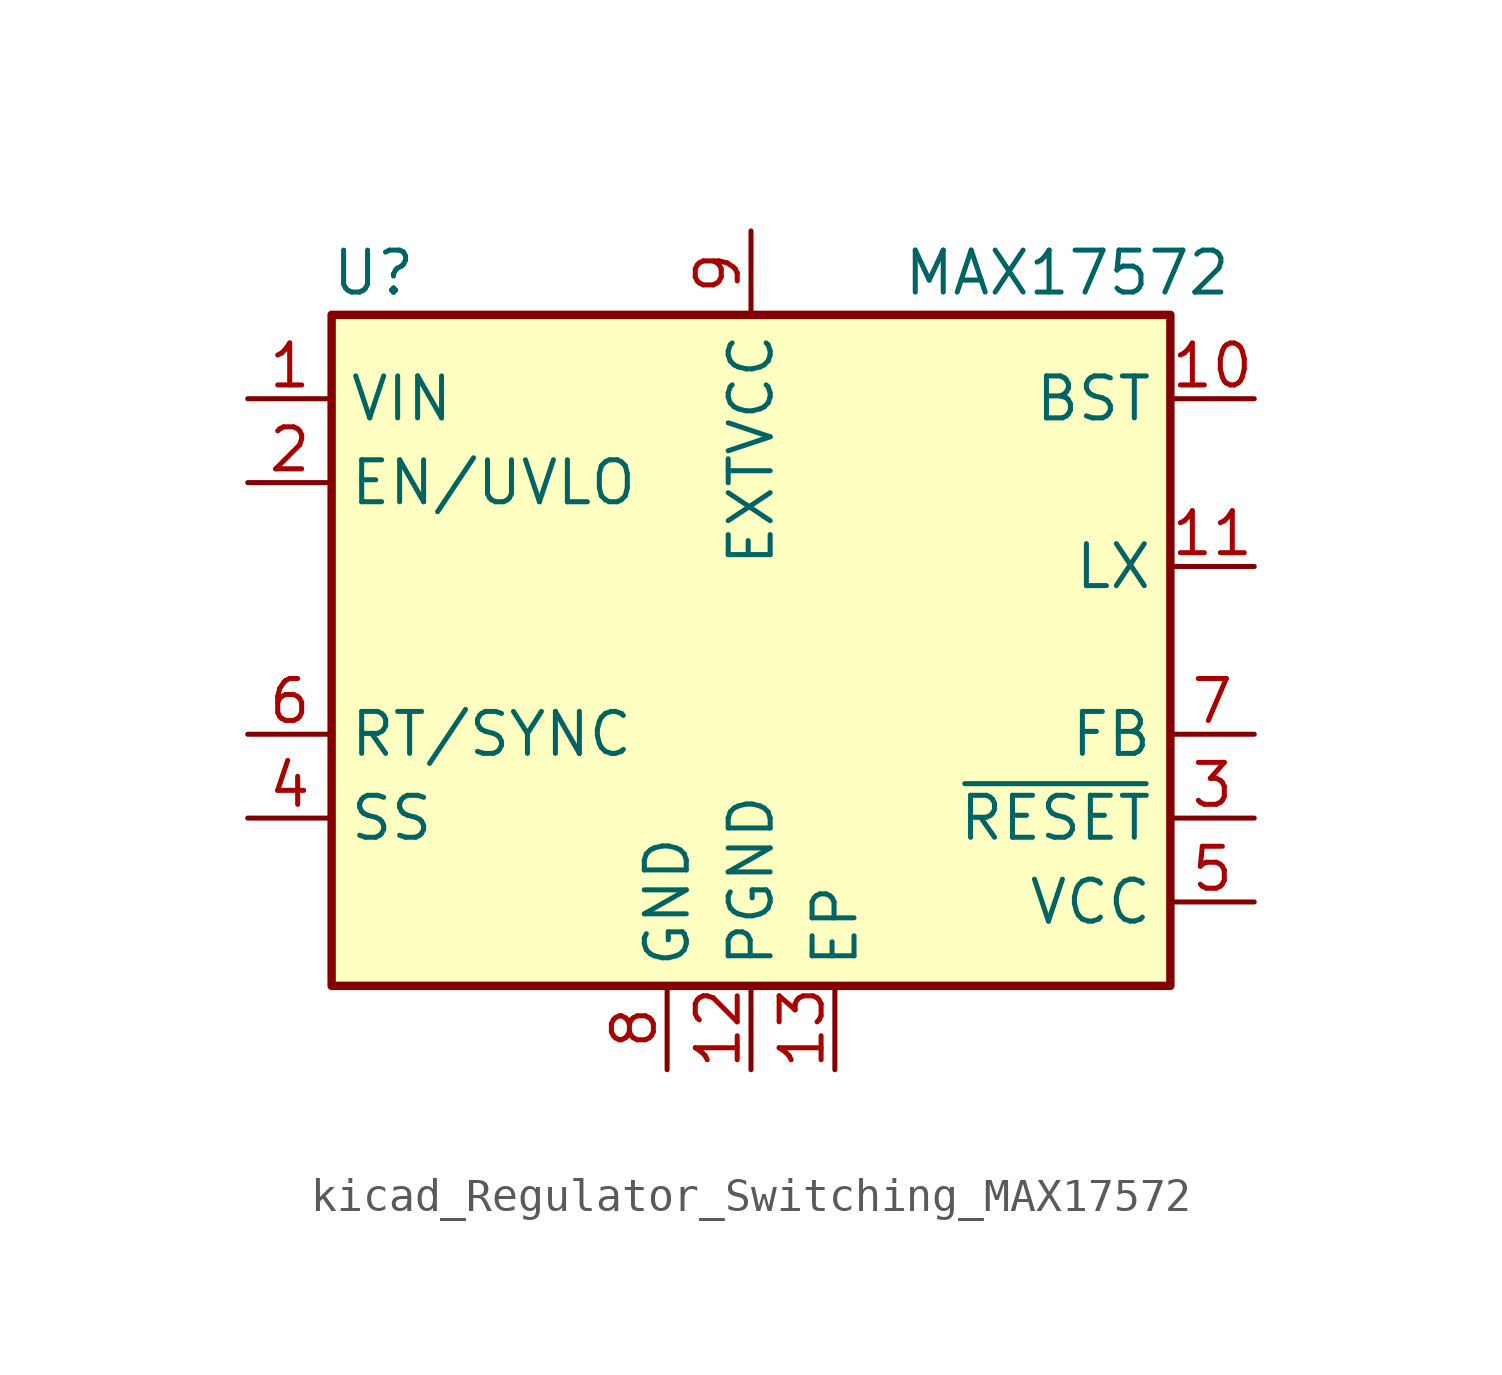
<source format=kicad_sym>
(kicad_symbol_lib
  (version 20220914)
  (generator kicad_symbol_editor)
  (symbol "kicad_Regulator_Switching_MAX17572"
    (property "Reference" "U"
      (at -11.43 11.43 0)
      (effects (font (size 1.27 1.27))))
    (property "Value" "MAX17572"
      (at 4.572 11.43 0)
      (effects (font (size 1.27 1.27)) (justify left)))
    (symbol "kicad_Regulator_Switching_MAX17572_0_1"
      (rectangle (start -12.7 10.16) (end 12.7 -10.16) (stroke (width 0.254) (type default)) (fill (type background))))
    (symbol "kicad_Regulator_Switching_MAX17572_1_1"
      (pin power_in line (at -15.24 7.62 0) (length 2.54) (name "VIN" (effects (font (size 1.27 1.27)))) (number "1" (effects (font (size 1.27 1.27)))))
      (pin passive line (at 15.24 7.62 180) (length 2.54) (name "BST" (effects (font (size 1.27 1.27)))) (number "10" (effects (font (size 1.27 1.27)))))
      (pin power_out line (at 15.24 2.54 180) (length 2.54) (name "LX" (effects (font (size 1.27 1.27)))) (number "11" (effects (font (size 1.27 1.27)))))
      (pin power_in line (at 0 -12.7 90) (length 2.54) (name "PGND" (effects (font (size 1.27 1.27)))) (number "12" (effects (font (size 1.27 1.27)))))
      (pin power_in line (at 2.54 -12.7 90) (length 2.54) (name "EP" (effects (font (size 1.27 1.27)))) (number "13" (effects (font (size 1.27 1.27)))))
      (pin input line (at -15.24 5.08 0) (length 2.54) (name "EN/UVLO" (effects (font (size 1.27 1.27)))) (number "2" (effects (font (size 1.27 1.27)))))
      (pin open_collector line (at 15.24 -5.08 180) (length 2.54) (name "~{RESET}" (effects (font (size 1.27 1.27)))) (number "3" (effects (font (size 1.27 1.27)))))
      (pin passive line (at -15.24 -5.08 0) (length 2.54) (name "SS" (effects (font (size 1.27 1.27)))) (number "4" (effects (font (size 1.27 1.27)))))
      (pin power_out line (at 15.24 -7.62 180) (length 2.54) (name "VCC" (effects (font (size 1.27 1.27)))) (number "5" (effects (font (size 1.27 1.27)))))
      (pin input line (at -15.24 -2.54 0) (length 2.54) (name "RT/SYNC" (effects (font (size 1.27 1.27)))) (number "6" (effects (font (size 1.27 1.27)))))
      (pin input line (at 15.24 -2.54 180) (length 2.54) (name "FB" (effects (font (size 1.27 1.27)))) (number "7" (effects (font (size 1.27 1.27)))))
      (pin power_in line (at -2.54 -12.7 90) (length 2.54) (name "GND" (effects (font (size 1.27 1.27)))) (number "8" (effects (font (size 1.27 1.27)))))
      (pin power_in line (at 0 12.7 270) (length 2.54) (name "EXTVCC" (effects (font (size 1.27 1.27)))) (number "9" (effects (font (size 1.27 1.27))))))))
</source>
